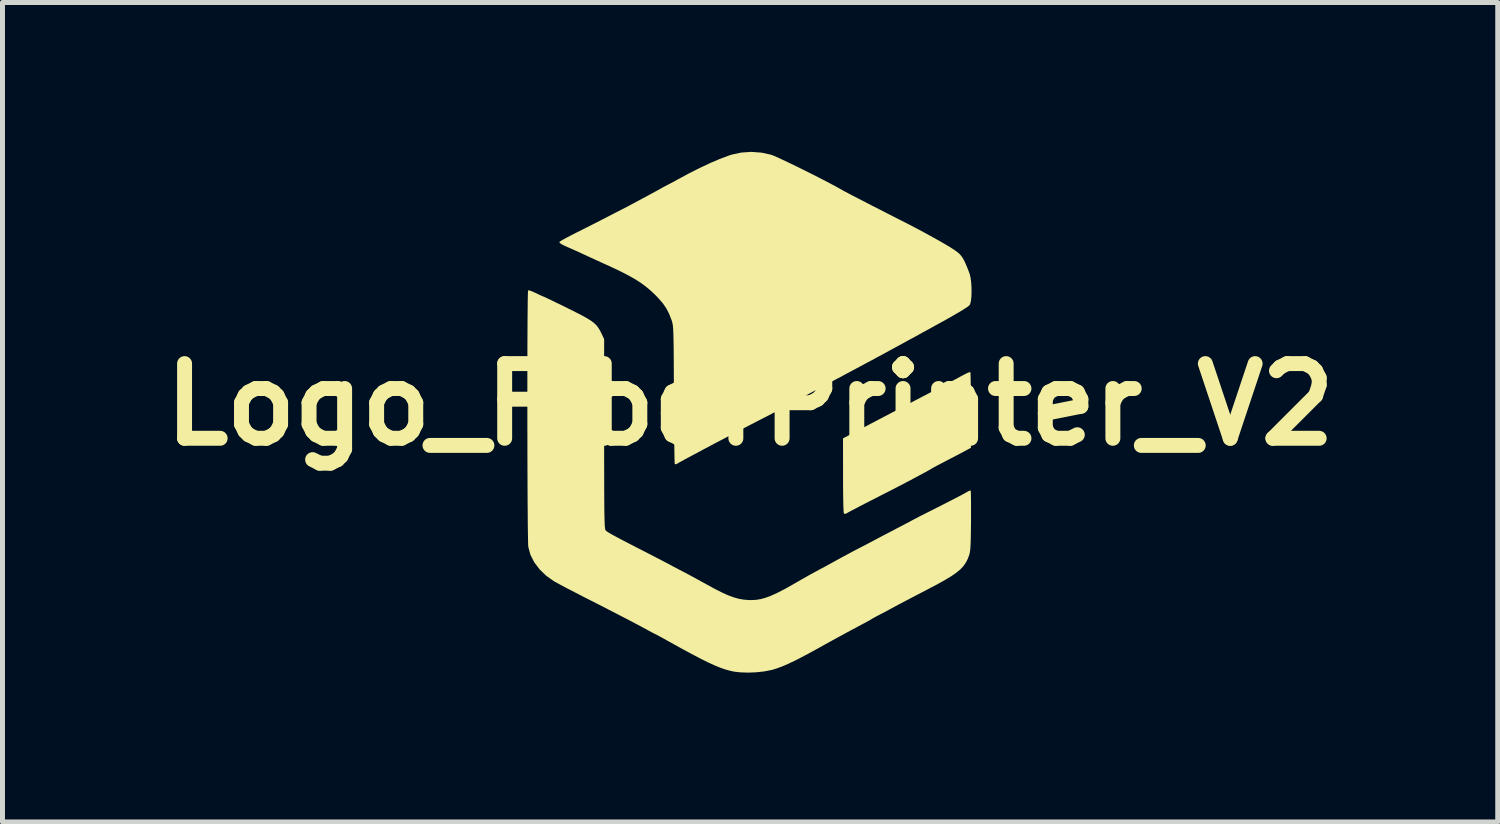
<source format=kicad_pcb>
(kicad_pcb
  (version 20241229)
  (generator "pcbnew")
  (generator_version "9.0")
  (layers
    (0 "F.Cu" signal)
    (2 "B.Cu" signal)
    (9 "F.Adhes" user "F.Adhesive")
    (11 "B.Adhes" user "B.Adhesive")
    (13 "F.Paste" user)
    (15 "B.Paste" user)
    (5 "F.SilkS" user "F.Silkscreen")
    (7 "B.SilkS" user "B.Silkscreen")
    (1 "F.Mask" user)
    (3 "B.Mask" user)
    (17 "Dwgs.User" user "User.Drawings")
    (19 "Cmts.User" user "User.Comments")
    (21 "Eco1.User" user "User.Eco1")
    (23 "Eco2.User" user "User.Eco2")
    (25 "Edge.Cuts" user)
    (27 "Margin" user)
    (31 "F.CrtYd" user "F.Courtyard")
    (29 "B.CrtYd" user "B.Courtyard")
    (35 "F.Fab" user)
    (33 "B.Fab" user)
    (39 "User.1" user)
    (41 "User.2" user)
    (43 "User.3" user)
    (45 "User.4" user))
  (footprint "Logo_FiberPrinter_V2"
    (layer "F.Cu")
    (at 12.014 5.074)
    (property "Reference" "Logo_FiberPrinter_V2" (at 0 0 0) (layer "F.SilkS") (effects (font (size 1.5 1.5) (thickness 0.3))))
    (attr board_only exclude_from_pos_files exclude_from_bom)
    (fp_poly (pts (xy 4.426 -0.629) (xy 4.428 -0.572) (xy 4.43 -0.486) (xy 4.432 -0.373) (xy 4.434 -0.238) (xy 4.435 -0.085) (xy 4.435 0.08) (xy 4.435 0.116) (xy 4.435 0.869) (xy 4.303 0.94) (xy 4.235 0.976) (xy 4.144 1.024) (xy 4.04 1.078) (xy 3.935 1.133) (xy 3.919 1.141) (xy 3.827 1.189) (xy 3.747 1.231) (xy 3.686 1.264) (xy 3.651 1.284) (xy 3.645 1.288) (xy 3.62 1.303) (xy 3.568 1.332) (xy 3.499 1.37) (xy 3.449 1.397) (xy 3.361 1.444) (xy 3.273 1.491) (xy 3.201 1.53) (xy 3.175 1.543) (xy 3.132 1.566) (xy 3.06 1.604) (xy 2.964 1.653) (xy 2.85 1.712) (xy 2.723 1.777) (xy 2.588 1.846) (xy 2.569 1.856) (xy 2.435 1.924) (xy 2.308 1.989) (xy 2.194 2.048) (xy 2.099 2.098) (xy 2.026 2.136) (xy 1.982 2.16) (xy 1.978 2.162) (xy 1.928 2.19) (xy 1.901 2.198) (xy 1.887 2.188) (xy 1.881 2.175) (xy 1.878 2.148) (xy 1.875 2.086) (xy 1.872 1.995) (xy 1.87 1.878) (xy 1.868 1.74) (xy 1.867 1.586) (xy 1.867 1.42) (xy 1.867 1.41) (xy 1.866 0.68) (xy 1.983 0.618) (xy 2.097 0.558) (xy 2.235 0.484) (xy 2.39 0.403) (xy 2.55 0.319) (xy 2.708 0.236) (xy 2.843 0.166) (xy 2.944 0.113) (xy 3.069 0.047) (xy 3.206 -0.025) (xy 3.344 -0.097) (xy 3.458 -0.157) (xy 3.583 -0.222) (xy 3.71 -0.289) (xy 3.831 -0.353) (xy 3.936 -0.408) (xy 4.015 -0.45) (xy 4.107 -0.498) (xy 4.197 -0.546) (xy 4.273 -0.587) (xy 4.311 -0.607) (xy 4.367 -0.635) (xy 4.408 -0.65) (xy 4.423 -0.65)) (stroke (width 0) (type solid)) (fill yes) (layer "F.SilkS"))
    (fp_poly (pts (xy 0.234 -5.058) (xy 0.416 -5.018) (xy 0.468 -4.999) (xy 0.549 -4.964) (xy 0.654 -4.915) (xy 0.779 -4.856) (xy 0.918 -4.789) (xy 1.066 -4.716) (xy 1.218 -4.64) (xy 1.369 -4.564) (xy 1.514 -4.489) (xy 1.647 -4.419) (xy 1.765 -4.355) (xy 1.86 -4.302) (xy 1.866 -4.298) (xy 1.903 -4.278) (xy 1.971 -4.242) (xy 2.064 -4.193) (xy 2.179 -4.134) (xy 2.311 -4.066) (xy 2.456 -3.991) (xy 2.609 -3.913) (xy 2.765 -3.833) (xy 2.92 -3.754) (xy 3.001 -3.713) (xy 3.205 -3.609) (xy 3.4 -3.507) (xy 3.582 -3.408) (xy 3.748 -3.316) (xy 3.894 -3.233) (xy 4.015 -3.161) (xy 4.107 -3.101) (xy 4.155 -3.068) (xy 4.205 -3.025) (xy 4.247 -2.977) (xy 4.285 -2.918) (xy 4.324 -2.839) (xy 4.367 -2.736) (xy 4.408 -2.628) (xy 4.426 -2.557) (xy 4.439 -2.466) (xy 4.446 -2.363) (xy 4.448 -2.258) (xy 4.444 -2.158) (xy 4.434 -2.075) (xy 4.419 -2.015) (xy 4.408 -1.996) (xy 4.373 -1.966) (xy 4.304 -1.921) (xy 4.204 -1.859) (xy 4.074 -1.784) (xy 3.916 -1.694) (xy 3.732 -1.593) (xy 3.712 -1.582) (xy 3.622 -1.532) (xy 3.538 -1.486) (xy 3.47 -1.449) (xy 3.427 -1.425) (xy 3.425 -1.424) (xy 3.375 -1.396) (xy 3.306 -1.358) (xy 3.239 -1.322) (xy 3.181 -1.291) (xy 3.098 -1.245) (xy 2.996 -1.19) (xy 2.886 -1.13) (xy 2.794 -1.08) (xy 2.678 -1.016) (xy 2.56 -0.953) (xy 2.45 -0.893) (xy 2.357 -0.844) (xy 2.306 -0.816) (xy 2.216 -0.768) (xy 2.122 -0.718) (xy 2.042 -0.675) (xy 2.022 -0.664) (xy 1.952 -0.627) (xy 1.863 -0.579) (xy 1.767 -0.528) (xy 1.719 -0.503) (xy 1.622 -0.452) (xy 1.531 -0.403) (xy 1.437 -0.353) (xy 1.33 -0.295) (xy 1.199 -0.224) (xy 1.192 -0.22) (xy 1.126 -0.184) (xy 1.039 -0.138) (xy 0.948 -0.089) (xy 0.909 -0.068) (xy 0.833 -0.027) (xy 0.769 0.007) (xy 0.726 0.032) (xy 0.713 0.04) (xy 0.691 0.052) (xy 0.639 0.08) (xy 0.562 0.12) (xy 0.465 0.17) (xy 0.354 0.228) (xy 0.264 0.274) (xy 0.139 0.338) (xy 0.02 0.4) (xy -0.087 0.455) (xy -0.176 0.501) (xy -0.239 0.534) (xy -0.264 0.547) (xy -0.318 0.576) (xy -0.397 0.618) (xy -0.491 0.667) (xy -0.59 0.719) (xy -0.606 0.727) (xy -0.705 0.779) (xy -0.803 0.831) (xy -0.888 0.876) (xy -0.951 0.909) (xy -0.957 0.913) (xy -1.024 0.949) (xy -1.111 0.995) (xy -1.202 1.044) (xy -1.237 1.063) (xy -1.316 1.105) (xy -1.387 1.144) (xy -1.439 1.173) (xy -1.455 1.184) (xy -1.494 1.201) (xy -1.513 1.194) (xy -1.515 1.172) (xy -1.517 1.114) (xy -1.519 1.023) (xy -1.521 0.903) (xy -1.523 0.756) (xy -1.525 0.586) (xy -1.526 0.396) (xy -1.528 0.189) (xy -1.529 -0.031) (xy -1.53 -0.199) (xy -1.531 -0.464) (xy -1.532 -0.693) (xy -1.533 -0.889) (xy -1.534 -1.055) (xy -1.536 -1.193) (xy -1.538 -1.307) (xy -1.54 -1.4) (xy -1.543 -1.474) (xy -1.546 -1.532) (xy -1.55 -1.577) (xy -1.555 -1.613) (xy -1.561 -1.642) (xy -1.568 -1.666) (xy -1.575 -1.69) (xy -1.626 -1.821) (xy -1.683 -1.932) (xy -1.754 -2.035) (xy -1.848 -2.142) (xy -1.891 -2.187) (xy -1.991 -2.283) (xy -2.095 -2.37) (xy -2.207 -2.452) (xy -2.333 -2.531) (xy -2.48 -2.612) (xy -2.651 -2.698) (xy -2.852 -2.792) (xy -2.911 -2.818) (xy -2.979 -2.849) (xy -3.075 -2.893) (xy -3.193 -2.947) (xy -3.327 -3.009) (xy -3.39 -3.038) (xy -3.48 -3.079) (xy -3.579 -3.123) (xy -3.654 -3.156) (xy -3.738 -3.194) (xy -3.792 -3.223) (xy -3.821 -3.245) (xy -3.83 -3.263) (xy -3.83 -3.265) (xy -3.813 -3.278) (xy -3.767 -3.306) (xy -3.696 -3.345) (xy -3.606 -3.392) (xy -3.503 -3.445) (xy -3.493 -3.45) (xy -3.341 -3.526) (xy -3.18 -3.608) (xy -3.016 -3.691) (xy -2.855 -3.774) (xy -2.702 -3.853) (xy -2.563 -3.924) (xy -2.445 -3.985) (xy -2.354 -4.034) (xy -2.325 -4.049) (xy -2.179 -4.128) (xy -2.063 -4.19) (xy -1.973 -4.239) (xy -1.903 -4.277) (xy -1.85 -4.306) (xy -1.809 -4.329) (xy -1.807 -4.33) (xy -1.737 -4.369) (xy -1.664 -4.408) (xy -1.651 -4.414) (xy -1.593 -4.444) (xy -1.518 -4.484) (xy -1.446 -4.524) (xy -1.229 -4.641) (xy -1.014 -4.749) (xy -0.807 -4.847) (xy -0.615 -4.929) (xy -0.444 -4.994) (xy -0.371 -5.018) (xy -0.179 -5.06) (xy 0.027 -5.074)) (stroke (width 0) (type solid)) (fill yes) (layer "F.SilkS"))
    (fp_poly (pts (xy -4.433 -2.291) (xy -4.383 -2.274) (xy -4.318 -2.245) (xy -4.3 -2.237) (xy -4.234 -2.205) (xy -4.182 -2.181) (xy -4.153 -2.169) (xy -4.151 -2.169) (xy -4.131 -2.16) (xy -4.081 -2.137) (xy -4.006 -2.101) (xy -3.909 -2.054) (xy -3.796 -1.999) (xy -3.671 -1.938) (xy -3.668 -1.936) (xy -3.507 -1.856) (xy -3.378 -1.79) (xy -3.275 -1.733) (xy -3.195 -1.683) (xy -3.134 -1.637) (xy -3.086 -1.591) (xy -3.048 -1.542) (xy -3.015 -1.487) (xy -2.988 -1.434) (xy -2.931 -1.313) (xy -2.931 0.592) (xy -2.931 0.91) (xy -2.931 1.192) (xy -2.93 1.438) (xy -2.93 1.653) (xy -2.929 1.837) (xy -2.928 1.994) (xy -2.927 2.125) (xy -2.925 2.233) (xy -2.923 2.32) (xy -2.92 2.388) (xy -2.918 2.44) (xy -2.914 2.477) (xy -2.91 2.503) (xy -2.906 2.519) (xy -2.901 2.528) (xy -2.9 2.528) (xy -2.882 2.544) (xy -2.851 2.565) (xy -2.805 2.593) (xy -2.741 2.629) (xy -2.655 2.675) (xy -2.545 2.733) (xy -2.406 2.805) (xy -2.236 2.893) (xy -2.227 2.897) (xy -2.104 2.96) (xy -1.984 3.022) (xy -1.875 3.079) (xy -1.783 3.126) (xy -1.717 3.161) (xy -1.7 3.17) (xy -1.631 3.206) (xy -1.54 3.255) (xy -1.439 3.308) (xy -1.348 3.355) (xy -1.235 3.415) (xy -1.107 3.484) (xy -0.984 3.552) (xy -0.909 3.593) (xy -0.73 3.691) (xy -0.578 3.769) (xy -0.447 3.829) (xy -0.331 3.872) (xy -0.225 3.902) (xy -0.123 3.919) (xy -0.019 3.927) (xy 0.025 3.927) (xy 0.118 3.923) (xy 0.212 3.908) (xy 0.312 3.88) (xy 0.423 3.839) (xy 0.549 3.781) (xy 0.696 3.706) (xy 0.866 3.61) (xy 0.969 3.551) (xy 1.079 3.488) (xy 1.204 3.417) (xy 1.326 3.351) (xy 1.399 3.311) (xy 1.497 3.259) (xy 1.596 3.205) (xy 1.685 3.156) (xy 1.739 3.126) (xy 1.803 3.091) (xy 1.891 3.043) (xy 1.994 2.988) (xy 2.101 2.931) (xy 2.139 2.911) (xy 2.247 2.855) (xy 2.355 2.799) (xy 2.452 2.748) (xy 2.529 2.707) (xy 2.55 2.696) (xy 2.62 2.659) (xy 2.714 2.61) (xy 2.819 2.555) (xy 2.923 2.501) (xy 2.931 2.496) (xy 3.031 2.444) (xy 3.128 2.393) (xy 3.214 2.348) (xy 3.276 2.314) (xy 3.282 2.311) (xy 3.33 2.286) (xy 3.406 2.246) (xy 3.505 2.196) (xy 3.62 2.138) (xy 3.744 2.075) (xy 3.83 2.032) (xy 3.955 1.968) (xy 4.072 1.908) (xy 4.176 1.854) (xy 4.261 1.81) (xy 4.32 1.777) (xy 4.344 1.763) (xy 4.391 1.738) (xy 4.423 1.726) (xy 4.43 1.727) (xy 4.432 1.749) (xy 4.435 1.804) (xy 4.436 1.889) (xy 4.437 1.999) (xy 4.437 2.128) (xy 4.437 2.272) (xy 4.437 2.329) (xy 4.435 2.507) (xy 4.433 2.649) (xy 4.43 2.762) (xy 4.426 2.849) (xy 4.421 2.916) (xy 4.414 2.967) (xy 4.405 3.006) (xy 4.401 3.019) (xy 4.371 3.101) (xy 4.333 3.175) (xy 4.285 3.244) (xy 4.223 3.31) (xy 4.143 3.377) (xy 4.042 3.447) (xy 3.916 3.523) (xy 3.762 3.609) (xy 3.576 3.707) (xy 3.565 3.713) (xy 3.343 3.828) (xy 3.154 3.927) (xy 2.996 4.01) (xy 2.867 4.08) (xy 2.814 4.108) (xy 2.736 4.151) (xy 2.652 4.195) (xy 2.609 4.217) (xy 2.539 4.253) (xy 2.47 4.291) (xy 2.442 4.308) (xy 2.4 4.333) (xy 2.331 4.371) (xy 2.245 4.417) (xy 2.151 4.467) (xy 2.13 4.479) (xy 2.044 4.524) (xy 1.933 4.584) (xy 1.802 4.655) (xy 1.662 4.732) (xy 1.518 4.811) (xy 1.409 4.872) (xy 1.207 4.983) (xy 1.034 5.075) (xy 0.886 5.151) (xy 0.757 5.211) (xy 0.644 5.26) (xy 0.543 5.297) (xy 0.448 5.327) (xy 0.418 5.334) (xy 0.278 5.361) (xy 0.117 5.378) (xy -0.049 5.384) (xy -0.207 5.378) (xy -0.317 5.365) (xy -0.405 5.346) (xy -0.496 5.321) (xy -0.594 5.287) (xy -0.703 5.243) (xy -0.827 5.187) (xy -0.969 5.117) (xy -1.133 5.031) (xy -1.324 4.929) (xy -1.539 4.81) (xy -1.646 4.751) (xy -1.74 4.698) (xy -1.818 4.656) (xy -1.873 4.626) (xy -1.901 4.612) (xy -1.903 4.611) (xy -1.922 4.602) (xy -1.967 4.579) (xy -2.03 4.545) (xy -2.064 4.526) (xy -2.173 4.467) (xy -2.316 4.391) (xy -2.494 4.298) (xy -2.705 4.189) (xy -2.949 4.063) (xy -3.226 3.922) (xy -3.312 3.879) (xy -3.447 3.809) (xy -3.579 3.741) (xy -3.7 3.678) (xy -3.804 3.623) (xy -3.886 3.578) (xy -3.937 3.55) (xy -4.093 3.44) (xy -4.227 3.311) (xy -4.335 3.168) (xy -4.412 3.016) (xy -4.454 2.861) (xy -4.454 2.855) (xy -4.457 2.819) (xy -4.459 2.748) (xy -4.461 2.645) (xy -4.463 2.512) (xy -4.465 2.352) (xy -4.466 2.169) (xy -4.468 1.964) (xy -4.469 1.741) (xy -4.47 1.502) (xy -4.471 1.25) (xy -4.472 0.988) (xy -4.472 0.719) (xy -4.473 0.446) (xy -4.473 0.171) (xy -4.473 -0.103) (xy -4.473 -0.373) (xy -4.473 -0.636) (xy -4.472 -0.89) (xy -4.472 -1.131) (xy -4.471 -1.358) (xy -4.47 -1.566) (xy -4.469 -1.754) (xy -4.467 -1.919) (xy -4.466 -2.057) (xy -4.464 -2.166) (xy -4.462 -2.243) (xy -4.459 -2.286) (xy -4.458 -2.294)) (stroke (width 0) (type solid)) (fill yes) (layer "F.SilkS")))
  (gr_rect
    (start -3 -3)
    (end 27.029 13.457)
    (stroke (width 0.1) (type default))
    (fill no)
    (layer "Edge.Cuts")))
</source>
